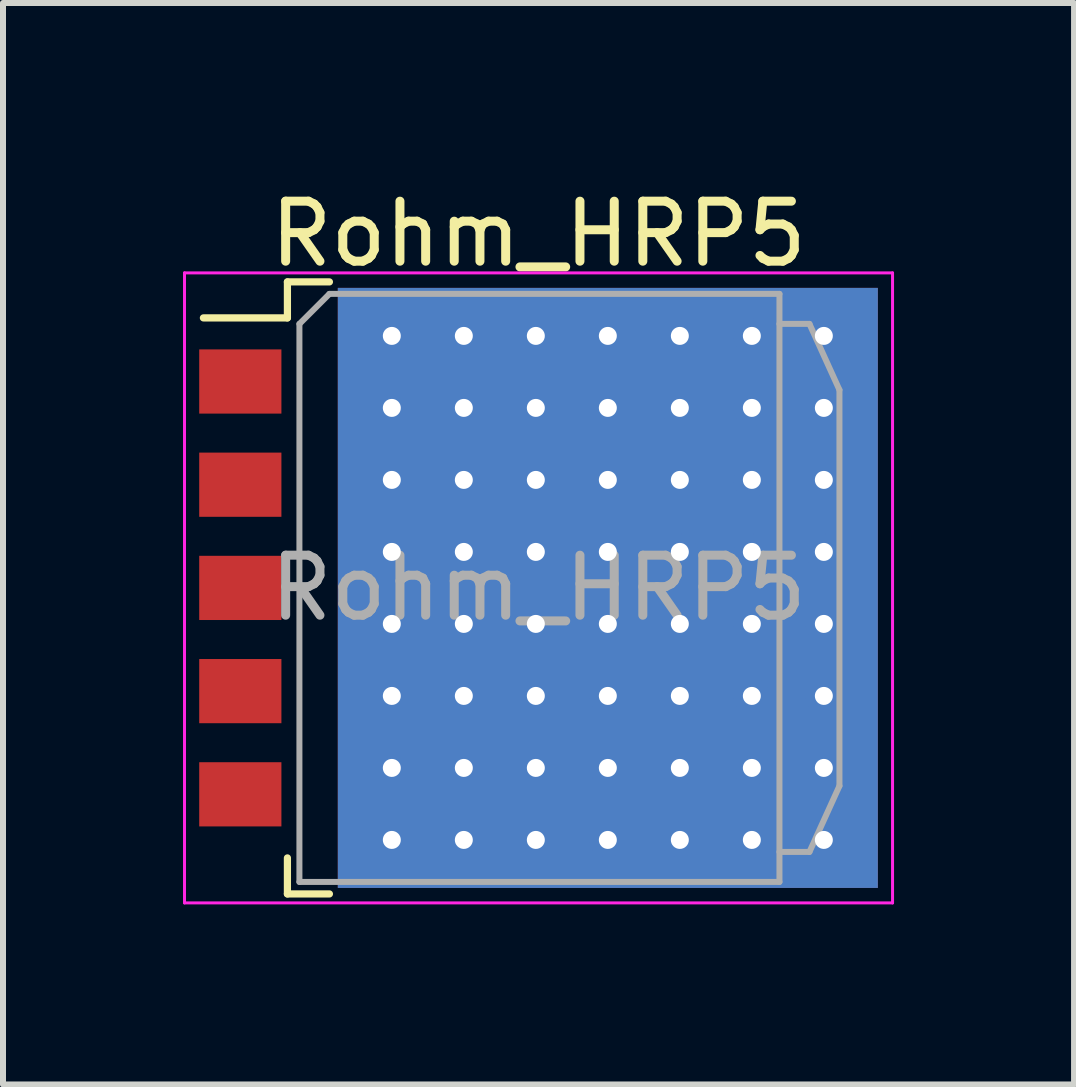
<source format=kicad_pcb>
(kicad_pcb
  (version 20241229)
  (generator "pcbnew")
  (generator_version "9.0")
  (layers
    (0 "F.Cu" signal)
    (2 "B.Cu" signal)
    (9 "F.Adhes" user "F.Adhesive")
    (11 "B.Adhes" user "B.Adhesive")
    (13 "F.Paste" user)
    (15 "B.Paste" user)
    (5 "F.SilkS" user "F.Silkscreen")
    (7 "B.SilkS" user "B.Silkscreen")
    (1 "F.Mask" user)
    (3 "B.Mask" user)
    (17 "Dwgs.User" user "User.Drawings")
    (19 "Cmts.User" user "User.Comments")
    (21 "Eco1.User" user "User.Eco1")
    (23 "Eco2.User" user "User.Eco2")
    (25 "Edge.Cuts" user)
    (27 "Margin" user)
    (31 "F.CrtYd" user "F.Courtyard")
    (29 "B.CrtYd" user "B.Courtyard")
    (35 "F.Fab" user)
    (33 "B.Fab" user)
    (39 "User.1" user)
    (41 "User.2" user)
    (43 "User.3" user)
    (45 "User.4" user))
  (footprint "Rohm_HRP5"
    (layer "F.Cu")
    (at 5.925 6.748)
    (property "Reference" "Rohm_HRP5" (at 0 -5.9 0) (layer "F.SilkS") (effects (font (size 1 1) (thickness 0.15))))
    (attr smd)
    (fp_line (start -5.585 -4.5) (end -4.185 -4.5) (stroke (width 0.12) (type solid)) (layer "F.SilkS"))
    (fp_line (start -4.185 -5.1) (end -3.485 -5.1) (stroke (width 0.12) (type solid)) (layer "F.SilkS"))
    (fp_line (start -4.185 -4.5) (end -4.185 -5.1) (stroke (width 0.12) (type solid)) (layer "F.SilkS"))
    (fp_line (start -4.185 5.1) (end -4.185 4.5) (stroke (width 0.12) (type solid)) (layer "F.SilkS"))
    (fp_line (start -3.485 5.1) (end -4.185 5.1) (stroke (width 0.12) (type solid)) (layer "F.SilkS"))
    (fp_line (start -5.9 -5.25) (end -5.9 5.25) (stroke (width 0.05) (type solid)) (layer "F.CrtYd"))
    (fp_line (start -5.9 -5.25) (end 5.9 -5.25) (stroke (width 0.05) (type solid)) (layer "F.CrtYd"))
    (fp_line (start 5.9 5.25) (end -5.9 5.25) (stroke (width 0.05) (type solid)) (layer "F.CrtYd"))
    (fp_line (start 5.9 5.25) (end 5.9 -5.25) (stroke (width 0.05) (type solid)) (layer "F.CrtYd"))
    (fp_line (start -3.985 -4.4) (end -3.485 -4.9) (stroke (width 0.1) (type solid)) (layer "F.Fab"))
    (fp_line (start -3.985 4.9) (end -3.985 -4.4) (stroke (width 0.1) (type solid)) (layer "F.Fab"))
    (fp_line (start -3.485 -4.9) (end 4.015 -4.9) (stroke (width 0.1) (type solid)) (layer "F.Fab"))
    (fp_line (start 4.015 -4.9) (end 4.015 4.9) (stroke (width 0.1) (type solid)) (layer "F.Fab"))
    (fp_line (start 4.015 -4.4) (end 4.515 -4.4) (stroke (width 0.1) (type solid)) (layer "F.Fab"))
    (fp_line (start 4.015 4.9) (end -3.985 4.9) (stroke (width 0.1) (type solid)) (layer "F.Fab"))
    (fp_line (start 4.515 -4.4) (end 5.015 -3.3) (stroke (width 0.1) (type solid)) (layer "F.Fab"))
    (fp_line (start 4.515 4.4) (end 4.015 4.4) (stroke (width 0.1) (type solid)) (layer "F.Fab"))
    (fp_line (start 5.015 -3.3) (end 5.015 3.3) (stroke (width 0.1) (type solid)) (layer "F.Fab"))
    (fp_line (start 5.015 3.3) (end 4.515 4.4) (stroke (width 0.1) (type solid)) (layer "F.Fab"))
    (fp_text user "${REFERENCE}" (at 0 0 0) (layer "F.Fab") (effects (font (size 1 1) (thickness 0.15))))
    (pad "" smd rect (at -1.095 -2.5) (size 4 4.5) (layers "F.Paste"))
    (pad "" smd rect (at -1.095 2.5) (size 4 4.5) (layers "F.Paste"))
    (pad "" smd rect (at 3.405 -2.5) (size 4 4.5) (layers "F.Paste"))
    (pad "" smd rect (at 3.405 2.5) (size 4 4.5) (layers "F.Paste"))
    (pad "1" smd rect (at -4.97 -3.44) (size 1.37 1.07) (layers "F.Cu" "F.Mask" "F.Paste"))
    (pad "2" smd rect (at -4.97 -1.72) (size 1.37 1.07) (layers "F.Cu" "F.Mask" "F.Paste"))
    (pad "3" smd rect (at -4.97 0) (size 1.37 1.07) (layers "F.Cu" "F.Mask" "F.Paste"))
    (pad "3" thru_hole circle (at -2.445 -4.2) (size 0.6 0.6) (drill 0.3) (layers "*.Cu"))
    (pad "3" thru_hole circle (at -2.445 -3) (size 0.6 0.6) (drill 0.3) (layers "*.Cu"))
    (pad "3" thru_hole circle (at -2.445 -1.8) (size 0.6 0.6) (drill 0.3) (layers "*.Cu"))
    (pad "3" thru_hole circle (at -2.445 -0.6) (size 0.6 0.6) (drill 0.3) (layers "*.Cu"))
    (pad "3" thru_hole circle (at -2.445 0.6) (size 0.6 0.6) (drill 0.3) (layers "*.Cu"))
    (pad "3" thru_hole circle (at -2.445 1.8) (size 0.6 0.6) (drill 0.3) (layers "*.Cu"))
    (pad "3" thru_hole circle (at -2.445 3) (size 0.6 0.6) (drill 0.3) (layers "*.Cu"))
    (pad "3" thru_hole circle (at -2.445 4.2) (size 0.6 0.6) (drill 0.3) (layers "*.Cu"))
    (pad "3" thru_hole circle (at -1.245 -4.2) (size 0.6 0.6) (drill 0.3) (layers "*.Cu"))
    (pad "3" thru_hole circle (at -1.245 -3) (size 0.6 0.6) (drill 0.3) (layers "*.Cu"))
    (pad "3" thru_hole circle (at -1.245 -1.8) (size 0.6 0.6) (drill 0.3) (layers "*.Cu"))
    (pad "3" thru_hole circle (at -1.245 -0.6) (size 0.6 0.6) (drill 0.3) (layers "*.Cu"))
    (pad "3" thru_hole circle (at -1.245 0.6) (size 0.6 0.6) (drill 0.3) (layers "*.Cu"))
    (pad "3" thru_hole circle (at -1.245 1.8) (size 0.6 0.6) (drill 0.3) (layers "*.Cu"))
    (pad "3" thru_hole circle (at -1.245 3) (size 0.6 0.6) (drill 0.3) (layers "*.Cu"))
    (pad "3" thru_hole circle (at -1.245 4.2) (size 0.6 0.6) (drill 0.3) (layers "*.Cu"))
    (pad "3" thru_hole circle (at -0.045 -4.2) (size 0.6 0.6) (drill 0.3) (layers "*.Cu"))
    (pad "3" thru_hole circle (at -0.045 -3) (size 0.6 0.6) (drill 0.3) (layers "*.Cu"))
    (pad "3" thru_hole circle (at -0.045 -1.8) (size 0.6 0.6) (drill 0.3) (layers "*.Cu"))
    (pad "3" thru_hole circle (at -0.045 -0.6) (size 0.6 0.6) (drill 0.3) (layers "*.Cu"))
    (pad "3" thru_hole circle (at -0.045 0.6) (size 0.6 0.6) (drill 0.3) (layers "*.Cu"))
    (pad "3" thru_hole circle (at -0.045 1.8) (size 0.6 0.6) (drill 0.3) (layers "*.Cu"))
    (pad "3" thru_hole circle (at -0.045 3) (size 0.6 0.6) (drill 0.3) (layers "*.Cu"))
    (pad "3" thru_hole circle (at -0.045 4.2) (size 0.6 0.6) (drill 0.3) (layers "*.Cu"))
    (pad "3" thru_hole circle (at 1.155 -4.2) (size 0.6 0.6) (drill 0.3) (layers "*.Cu"))
    (pad "3" thru_hole circle (at 1.155 -3) (size 0.6 0.6) (drill 0.3) (layers "*.Cu"))
    (pad "3" thru_hole circle (at 1.155 -1.8) (size 0.6 0.6) (drill 0.3) (layers "*.Cu"))
    (pad "3" thru_hole circle (at 1.155 -0.6) (size 0.6 0.6) (drill 0.3) (layers "*.Cu"))
    (pad "3" smd rect (at 1.155 0) (size 9 10) (layers "F.Cu" "F.Mask"))
    (pad "3" smd rect (at 1.155 0) (size 9 10) (layers "B.Cu"))
    (pad "3" thru_hole circle (at 1.155 0.6) (size 0.6 0.6) (drill 0.3) (layers "*.Cu"))
    (pad "3" thru_hole circle (at 1.155 1.8) (size 0.6 0.6) (drill 0.3) (layers "*.Cu"))
    (pad "3" thru_hole circle (at 1.155 3) (size 0.6 0.6) (drill 0.3) (layers "*.Cu"))
    (pad "3" thru_hole circle (at 1.155 4.2) (size 0.6 0.6) (drill 0.3) (layers "*.Cu"))
    (pad "3" thru_hole circle (at 2.355 -4.2) (size 0.6 0.6) (drill 0.3) (layers "*.Cu"))
    (pad "3" thru_hole circle (at 2.355 -3) (size 0.6 0.6) (drill 0.3) (layers "*.Cu"))
    (pad "3" thru_hole circle (at 2.355 -1.8) (size 0.6 0.6) (drill 0.3) (layers "*.Cu"))
    (pad "3" thru_hole circle (at 2.355 -0.6) (size 0.6 0.6) (drill 0.3) (layers "*.Cu"))
    (pad "3" thru_hole circle (at 2.355 0.6) (size 0.6 0.6) (drill 0.3) (layers "*.Cu"))
    (pad "3" thru_hole circle (at 2.355 1.8) (size 0.6 0.6) (drill 0.3) (layers "*.Cu"))
    (pad "3" thru_hole circle (at 2.355 3) (size 0.6 0.6) (drill 0.3) (layers "*.Cu"))
    (pad "3" thru_hole circle (at 2.355 4.2) (size 0.6 0.6) (drill 0.3) (layers "*.Cu"))
    (pad "3" thru_hole circle (at 3.555 -4.2) (size 0.6 0.6) (drill 0.3) (layers "*.Cu"))
    (pad "3" thru_hole circle (at 3.555 -3) (size 0.6 0.6) (drill 0.3) (layers "*.Cu"))
    (pad "3" thru_hole circle (at 3.555 -1.8) (size 0.6 0.6) (drill 0.3) (layers "*.Cu"))
    (pad "3" thru_hole circle (at 3.555 -0.6) (size 0.6 0.6) (drill 0.3) (layers "*.Cu"))
    (pad "3" thru_hole circle (at 3.555 0.6) (size 0.6 0.6) (drill 0.3) (layers "*.Cu"))
    (pad "3" thru_hole circle (at 3.555 1.8) (size 0.6 0.6) (drill 0.3) (layers "*.Cu"))
    (pad "3" thru_hole circle (at 3.555 3) (size 0.6 0.6) (drill 0.3) (layers "*.Cu"))
    (pad "3" thru_hole circle (at 3.555 4.2) (size 0.6 0.6) (drill 0.3) (layers "*.Cu"))
    (pad "3" thru_hole circle (at 4.755 -4.2) (size 0.6 0.6) (drill 0.3) (layers "*.Cu"))
    (pad "3" thru_hole circle (at 4.755 -3) (size 0.6 0.6) (drill 0.3) (layers "*.Cu"))
    (pad "3" thru_hole circle (at 4.755 -1.8) (size 0.6 0.6) (drill 0.3) (layers "*.Cu"))
    (pad "3" thru_hole circle (at 4.755 -0.6) (size 0.6 0.6) (drill 0.3) (layers "*.Cu"))
    (pad "3" thru_hole circle (at 4.755 0.6) (size 0.6 0.6) (drill 0.3) (layers "*.Cu"))
    (pad "3" thru_hole circle (at 4.755 1.8) (size 0.6 0.6) (drill 0.3) (layers "*.Cu"))
    (pad "3" thru_hole circle (at 4.755 3) (size 0.6 0.6) (drill 0.3) (layers "*.Cu"))
    (pad "3" thru_hole circle (at 4.755 4.2) (size 0.6 0.6) (drill 0.3) (layers "*.Cu"))
    (pad "4" smd rect (at -4.97 1.72) (size 1.37 1.07) (layers "F.Cu" "F.Mask" "F.Paste"))
    (pad "5" smd rect (at -4.97 3.44) (size 1.37 1.07) (layers "F.Cu" "F.Mask" "F.Paste")))
  (gr_rect
    (start -3 -3)
    (end 14.85 15.023)
    (stroke (width 0.1) (type default))
    (fill no)
    (layer "Edge.Cuts")))
</source>
